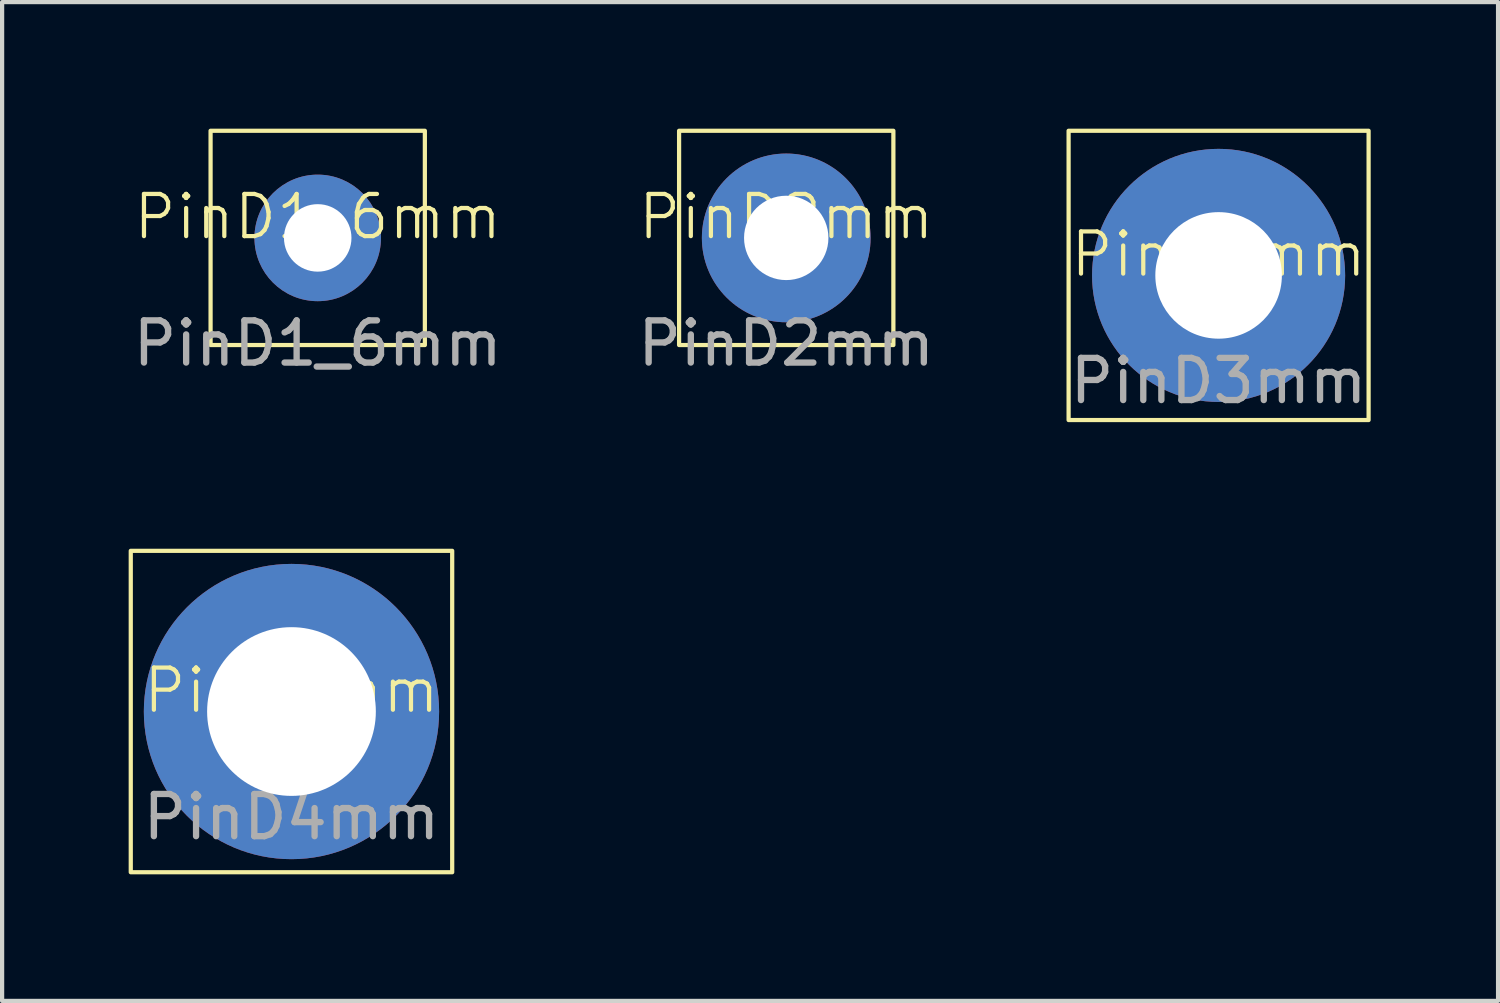
<source format=kicad_pcb>
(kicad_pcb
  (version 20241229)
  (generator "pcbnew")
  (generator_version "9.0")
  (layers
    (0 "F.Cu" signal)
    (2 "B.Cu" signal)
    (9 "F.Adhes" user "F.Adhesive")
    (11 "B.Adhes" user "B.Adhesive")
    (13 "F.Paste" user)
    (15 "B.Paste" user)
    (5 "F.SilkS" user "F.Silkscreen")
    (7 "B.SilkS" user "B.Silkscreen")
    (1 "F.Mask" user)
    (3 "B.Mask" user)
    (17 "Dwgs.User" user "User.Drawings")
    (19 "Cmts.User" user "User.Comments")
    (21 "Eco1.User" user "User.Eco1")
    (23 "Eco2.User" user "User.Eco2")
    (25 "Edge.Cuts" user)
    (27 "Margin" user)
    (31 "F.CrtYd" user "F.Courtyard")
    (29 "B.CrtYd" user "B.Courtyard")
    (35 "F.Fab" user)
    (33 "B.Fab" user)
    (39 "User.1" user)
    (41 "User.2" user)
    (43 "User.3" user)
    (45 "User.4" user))
  (footprint "PinD4mm"
    (layer "F.Cu")
    (at 3.86 13.818)
    (property "Reference" "PinD4mm" (at 0 -0.5 0) (unlocked yes) (layer "F.SilkS") (effects (font (size 1 1) (thickness 0.1))))
    (attr through_hole)
    (fp_rect (start -3.81 -3.81) (end 3.81 3.81) (stroke (width 0.1) (type default)) (fill no) (layer "F.SilkS"))
    (fp_text user "${REFERENCE}" (at 0 2.5 0) (unlocked yes) (layer "F.Fab") (effects (font (size 1 1) (thickness 0.15))))
    (pad "1" thru_hole circle (at 0 0) (size 7 7) (drill 4) (layers "*.Cu" "*.Mask")))
  (footprint "PinD3mm"
    (layer "F.Cu")
    (at 25.839 3.479)
    (property "Reference" "PinD3mm" (at 0 -0.5 0) (unlocked yes) (layer "F.SilkS") (effects (font (size 1 1) (thickness 0.1))))
    (attr through_hole)
    (fp_rect (start -3.556 -3.429) (end 3.556 3.429) (stroke (width 0.1) (type default)) (fill no) (layer "F.SilkS"))
    (fp_text user "${REFERENCE}" (at 0 2.5 0) (unlocked yes) (layer "F.Fab") (effects (font (size 1 1) (thickness 0.15))))
    (pad "1" thru_hole circle (at 0 0) (size 6 6) (drill 3) (layers "*.Cu" "*.Mask")))
  (footprint "PinD2mm"
    (layer "F.Cu")
    (at 15.589 2.59)
    (property "Reference" "PinD2mm" (at 0 -0.5 0) (unlocked yes) (layer "F.SilkS") (effects (font (size 1 1) (thickness 0.1))))
    (attr through_hole)
    (fp_rect (start -2.54 -2.54) (end 2.54 2.54) (stroke (width 0.1) (type default)) (fill no) (layer "F.SilkS"))
    (fp_text user "${REFERENCE}" (at 0 2.5 0) (unlocked yes) (layer "F.Fab") (effects (font (size 1 1) (thickness 0.15))))
    (pad "1" thru_hole circle (at 0 0) (size 4 4) (drill 2) (layers "*.Cu" "*.Mask")))
  (footprint "PinD1_6mm"
    (layer "F.Cu")
    (at 4.482 2.59)
    (property "Reference" "PinD1_6mm" (at 0 -0.5 0) (unlocked yes) (layer "F.SilkS") (effects (font (size 1 1) (thickness 0.1))))
    (attr through_hole)
    (fp_rect (start -2.54 -2.54) (end 2.54 2.54) (stroke (width 0.1) (type default)) (fill no) (layer "F.SilkS"))
    (fp_text user "${REFERENCE}" (at 0 2.5 0) (unlocked yes) (layer "F.Fab") (effects (font (size 1 1) (thickness 0.15))))
    (pad "1" thru_hole circle (at 0 0) (size 3 3) (drill 1.6) (layers "*.Cu" "*.Mask")))
  (gr_rect
    (start -3 -3)
    (end 32.464 20.678)
    (stroke (width 0.1) (type default))
    (fill no)
    (layer "Edge.Cuts")))
</source>
